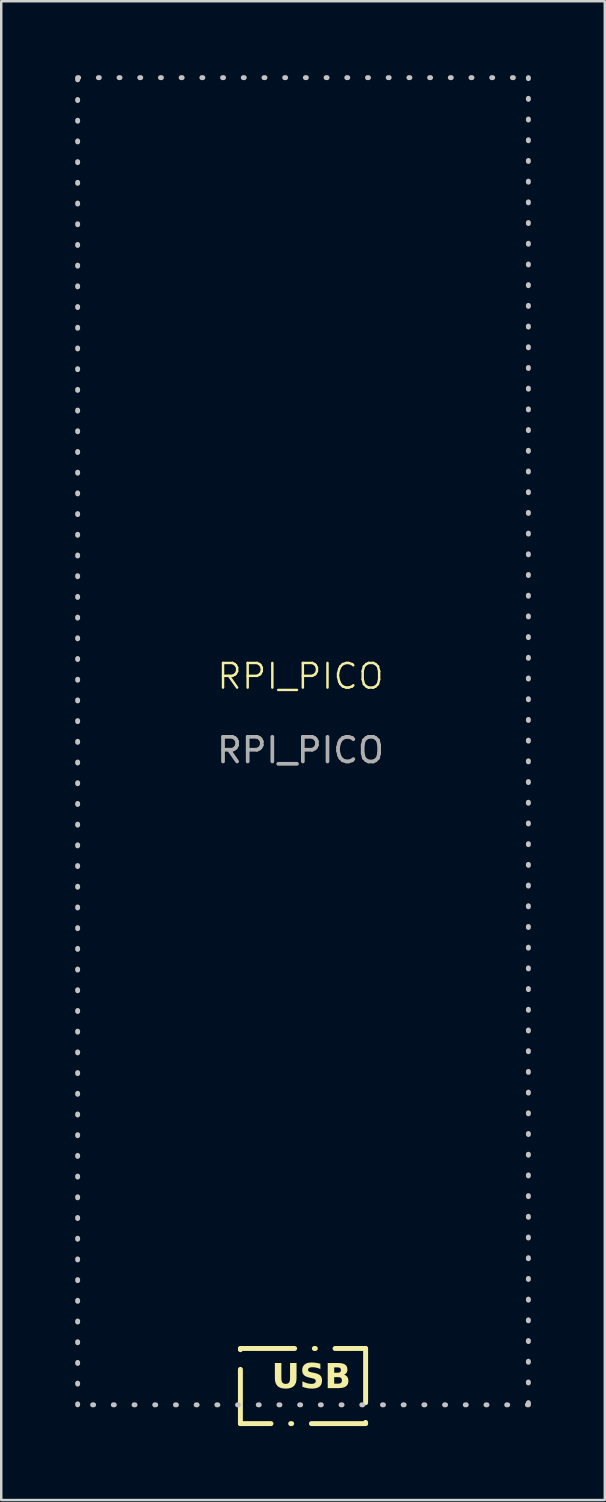
<source format=kicad_pcb>
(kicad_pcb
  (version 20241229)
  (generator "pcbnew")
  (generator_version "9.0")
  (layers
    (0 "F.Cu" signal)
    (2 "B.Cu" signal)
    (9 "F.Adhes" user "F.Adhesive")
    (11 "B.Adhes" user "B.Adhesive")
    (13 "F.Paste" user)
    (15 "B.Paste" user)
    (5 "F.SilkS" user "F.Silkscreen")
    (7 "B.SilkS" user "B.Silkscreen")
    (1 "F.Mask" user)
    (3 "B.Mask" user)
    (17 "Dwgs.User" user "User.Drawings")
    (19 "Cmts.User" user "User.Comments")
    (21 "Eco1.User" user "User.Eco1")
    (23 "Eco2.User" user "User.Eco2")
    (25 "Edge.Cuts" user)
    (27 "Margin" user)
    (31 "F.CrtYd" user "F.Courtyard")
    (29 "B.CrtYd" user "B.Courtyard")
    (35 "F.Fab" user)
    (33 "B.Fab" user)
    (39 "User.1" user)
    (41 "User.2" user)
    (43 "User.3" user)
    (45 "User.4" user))
  (footprint "RPI_PICO"
    (layer "F.Cu")
    (at 9.142 24.89)
    (property "Reference" "RPI_PICO" (at 0 -0.5 0) (unlocked yes) (layer "F.SilkS") (effects (font (size 1 1) (thickness 0.1))))
    (fp_rect (start -2.438 26.772) (end 2.642 29.82) (stroke (width 0.2) (type dash_dot)) (fill no) (layer "F.SilkS"))
    (fp_rect (start -9.042 -24.79) (end 9.246 29.058) (stroke (width 0.2) (type dot)) (fill no) (layer "Dwgs.User"))
    (fp_text user "USB" (at -1.168 28.55 0) (unlocked yes) (layer "F.SilkS") (effects (font (face "Carlito") (size 1 1) (thickness 0.2) (bold yes)) (justify left bottom)))
    (fp_text user "${REFERENCE}" (at 0 2.5 0) (unlocked yes) (layer "F.Fab") (effects (font (size 1 1) (thickness 0.15)))))
  (gr_rect
    (start -3 -3)
    (end 21.488 57.81)
    (stroke (width 0.1) (type default))
    (fill no)
    (layer "Edge.Cuts")))
</source>
